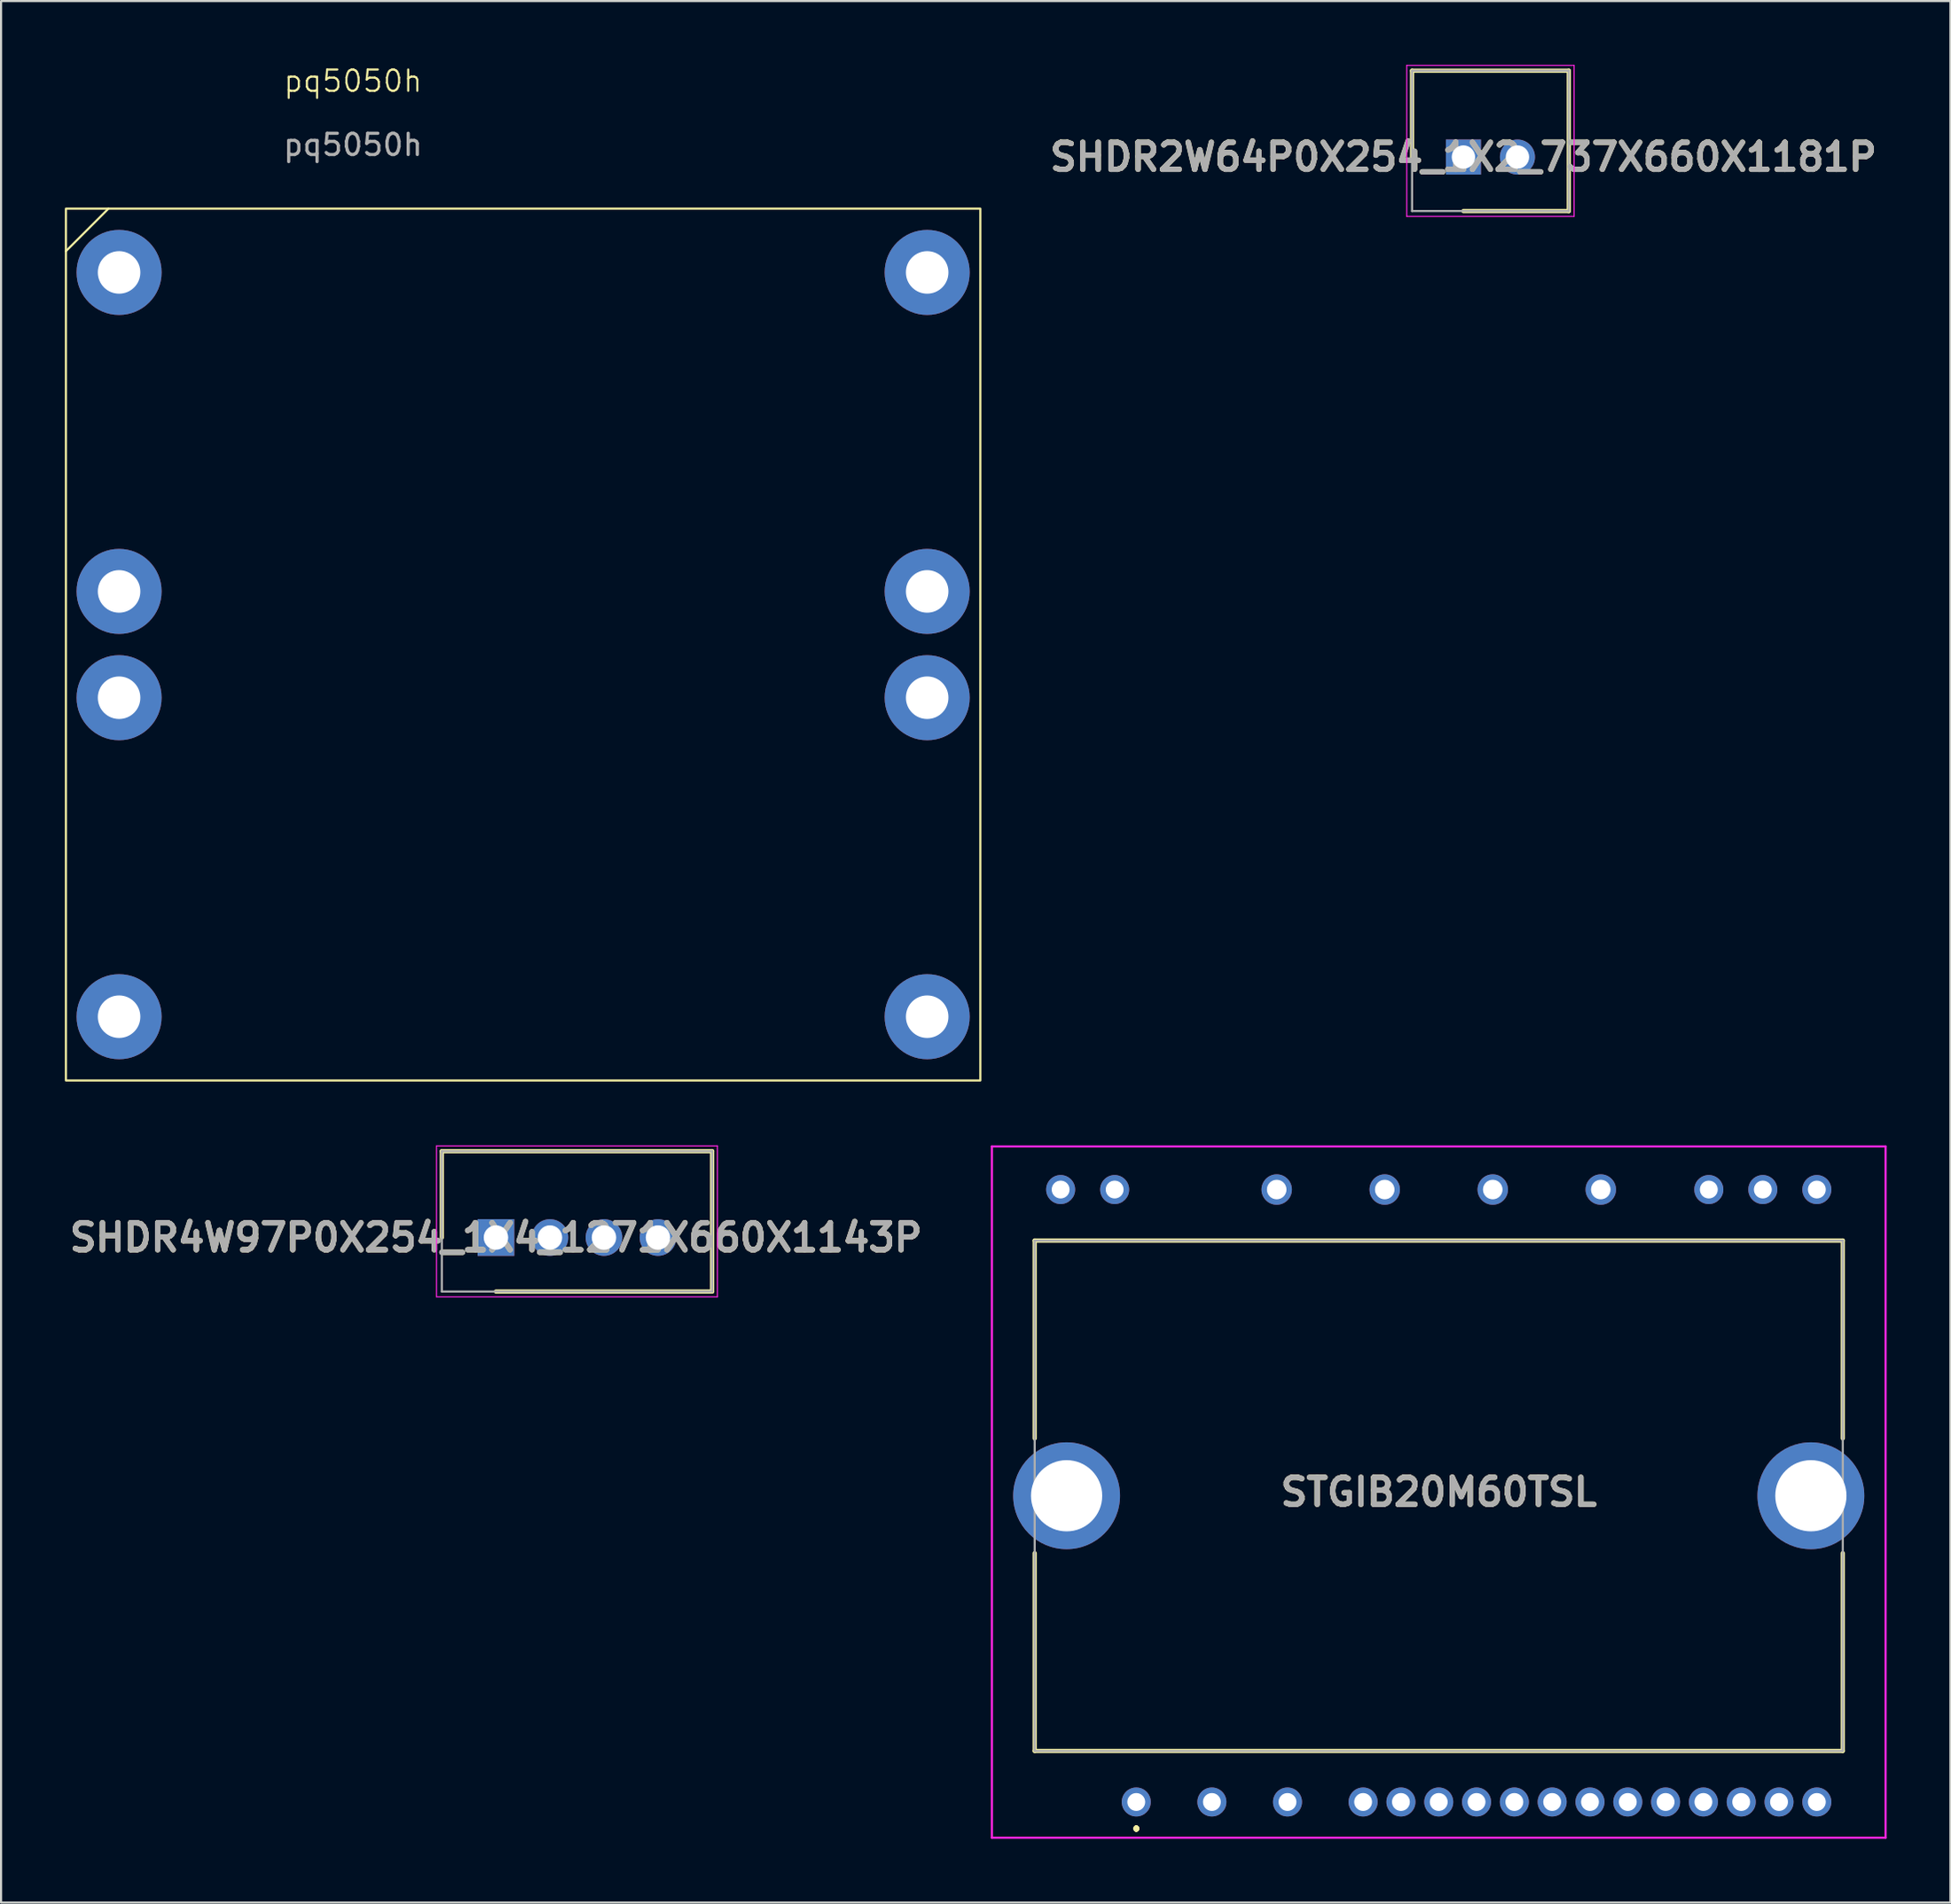
<source format=kicad_pcb>
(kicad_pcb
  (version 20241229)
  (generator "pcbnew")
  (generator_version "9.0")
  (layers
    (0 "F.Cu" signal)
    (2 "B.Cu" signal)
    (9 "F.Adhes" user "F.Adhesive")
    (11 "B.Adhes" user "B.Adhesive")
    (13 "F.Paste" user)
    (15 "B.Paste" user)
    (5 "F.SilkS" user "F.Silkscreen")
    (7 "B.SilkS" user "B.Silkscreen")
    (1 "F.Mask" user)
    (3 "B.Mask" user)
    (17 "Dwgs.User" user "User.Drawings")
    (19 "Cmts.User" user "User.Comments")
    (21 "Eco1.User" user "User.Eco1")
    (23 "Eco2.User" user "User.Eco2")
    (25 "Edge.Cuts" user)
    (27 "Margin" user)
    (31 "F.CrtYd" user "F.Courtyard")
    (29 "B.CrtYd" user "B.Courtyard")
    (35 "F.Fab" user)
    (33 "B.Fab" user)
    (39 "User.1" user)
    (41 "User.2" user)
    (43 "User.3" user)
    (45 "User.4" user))
  (footprint "SHDR4W97P0X254_1X4_1271X660X1143P"
    (layer "F.Cu")
    (at 20.272 55.145)
    (property "Reference" "SHDR4W97P0X254_1X4_1271X660X1143P" (at 0 0 0) (layer "F.SilkS") (effects (font (size 1.27 1.27) (thickness 0.254))))
    (attr through_hole)
    (fp_line (start -2.545 -4.06) (end -2.545 0) (stroke (width 0.2) (type solid)) (layer "F.SilkS"))
    (fp_line (start 0 2.54) (end 10.165 2.54) (stroke (width 0.2) (type solid)) (layer "F.SilkS"))
    (fp_line (start 10.165 -4.06) (end -2.545 -4.06) (stroke (width 0.2) (type solid)) (layer "F.SilkS"))
    (fp_line (start 10.165 2.54) (end 10.165 -4.06) (stroke (width 0.2) (type solid)) (layer "F.SilkS"))
    (fp_line (start -2.795 -4.31) (end 10.415 -4.31) (stroke (width 0.05) (type solid)) (layer "F.CrtYd"))
    (fp_line (start -2.795 2.79) (end -2.795 -4.31) (stroke (width 0.05) (type solid)) (layer "F.CrtYd"))
    (fp_line (start 10.415 -4.31) (end 10.415 2.79) (stroke (width 0.05) (type solid)) (layer "F.CrtYd"))
    (fp_line (start 10.415 2.79) (end -2.795 2.79) (stroke (width 0.05) (type solid)) (layer "F.CrtYd"))
    (fp_line (start -2.545 -4.06) (end 10.165 -4.06) (stroke (width 0.1) (type solid)) (layer "F.Fab"))
    (fp_line (start -2.545 2.54) (end -2.545 -4.06) (stroke (width 0.1) (type solid)) (layer "F.Fab"))
    (fp_line (start 10.165 -4.06) (end 10.165 2.54) (stroke (width 0.1) (type solid)) (layer "F.Fab"))
    (fp_line (start 10.165 2.54) (end -2.545 2.54) (stroke (width 0.1) (type solid)) (layer "F.Fab"))
    (fp_text user "${REFERENCE}" (at 0 0 0) (layer "F.Fab") (effects (font (size 1.27 1.27) (thickness 0.254))))
    (pad "1" thru_hole rect (at 0 0) (size 1.725 1.725) (drill 1.15) (layers "*.Cu" "*.Mask"))
    (pad "2" thru_hole circle (at 2.54 0) (size 1.725 1.725) (drill 1.15) (layers "*.Cu" "*.Mask"))
    (pad "3" thru_hole circle (at 5.08 0) (size 1.725 1.725) (drill 1.15) (layers "*.Cu" "*.Mask"))
    (pad "4" thru_hole circle (at 7.62 0) (size 1.725 1.725) (drill 1.15) (layers "*.Cu" "*.Mask")))
  (footprint "STGIB20M60TSL"
    (layer "F.Cu")
    (at 50.382 81.689)
    (property "Reference" "STGIB20M60TSL" (at 14.224 -14.573 0) (layer "F.SilkS") (effects (font (size 1.27 1.27) (thickness 0.254))))
    (attr through_hole)
    (fp_line (start -4.776 -26.4) (end -4.776 -17.1) (stroke (width 0.2) (type solid)) (layer "F.SilkS"))
    (fp_line (start -4.776 -11.7) (end -4.776 -2.4) (stroke (width 0.2) (type solid)) (layer "F.SilkS"))
    (fp_line (start -4.776 -2.4) (end 33.224 -2.4) (stroke (width 0.2) (type solid)) (layer "F.SilkS"))
    (fp_line (start 0 1.2) (end 0 1.2) (stroke (width 0.2) (type solid)) (layer "F.SilkS"))
    (fp_line (start 0 1.3) (end 0 1.3) (stroke (width 0.2) (type solid)) (layer "F.SilkS"))
    (fp_line (start 0 1.3) (end 0 1.3) (stroke (width 0.2) (type solid)) (layer "F.SilkS"))
    (fp_line (start 33.224 -26.4) (end -4.776 -26.4) (stroke (width 0.2) (type solid)) (layer "F.SilkS"))
    (fp_line (start 33.224 -17.1) (end 33.224 -26.4) (stroke (width 0.2) (type solid)) (layer "F.SilkS"))
    (fp_line (start 33.224 -2.4) (end 33.224 -11.7) (stroke (width 0.2) (type solid)) (layer "F.SilkS"))
    (fp_arc (start 0 1.2) (mid 0.05 1.25) (end 0 1.3) (stroke (width 0.2) (type solid)) (layer "F.SilkS"))
    (fp_arc (start 0 1.2) (mid 0.05 1.25) (end 0 1.3) (stroke (width 0.2) (type solid)) (layer "F.SilkS"))
    (fp_arc (start 0 1.3) (mid -0.05 1.25) (end 0 1.2) (stroke (width 0.2) (type solid)) (layer "F.SilkS"))
    (fp_line (start -6.789 -30.828) (end -6.789 1.682) (stroke (width 0.1) (type solid)) (layer "F.CrtYd"))
    (fp_line (start -6.789 1.682) (end 35.237 1.682) (stroke (width 0.1) (type solid)) (layer "F.CrtYd"))
    (fp_line (start 35.237 -30.828) (end -6.789 -30.828) (stroke (width 0.1) (type solid)) (layer "F.CrtYd"))
    (fp_line (start 35.237 1.682) (end 35.237 -30.828) (stroke (width 0.1) (type solid)) (layer "F.CrtYd"))
    (fp_line (start -4.776 -26.4) (end 33.224 -26.4) (stroke (width 0.1) (type solid)) (layer "F.Fab"))
    (fp_line (start -4.776 -2.4) (end -4.776 -26.4) (stroke (width 0.1) (type solid)) (layer "F.Fab"))
    (fp_line (start 33.224 -26.4) (end 33.224 -2.4) (stroke (width 0.1) (type solid)) (layer "F.Fab"))
    (fp_line (start 33.224 -2.4) (end -4.776 -2.4) (stroke (width 0.1) (type solid)) (layer "F.Fab"))
    (fp_text user "${REFERENCE}" (at 14.224 -14.573 0) (layer "F.Fab") (effects (font (size 1.27 1.27) (thickness 0.254))))
    (pad "2" thru_hole circle (at 0 0) (size 1.365 1.365) (drill 0.84) (layers "*.Cu" "*.Mask"))
    (pad "3" thru_hole circle (at 3.556 0) (size 1.365 1.365) (drill 0.84) (layers "*.Cu" "*.Mask"))
    (pad "4" thru_hole circle (at 7.112 0) (size 1.365 1.365) (drill 0.84) (layers "*.Cu" "*.Mask"))
    (pad "5" thru_hole circle (at 10.668 0) (size 1.365 1.365) (drill 0.84) (layers "*.Cu" "*.Mask"))
    (pad "6" thru_hole circle (at 12.446 0) (size 1.365 1.365) (drill 0.84) (layers "*.Cu" "*.Mask"))
    (pad "7" thru_hole circle (at 14.224 0) (size 1.365 1.365) (drill 0.84) (layers "*.Cu" "*.Mask"))
    (pad "8" thru_hole circle (at 16.002 0) (size 1.365 1.365) (drill 0.84) (layers "*.Cu" "*.Mask"))
    (pad "9" thru_hole circle (at 17.78 0) (size 1.365 1.365) (drill 0.84) (layers "*.Cu" "*.Mask"))
    (pad "10" thru_hole circle (at 19.558 0) (size 1.365 1.365) (drill 0.84) (layers "*.Cu" "*.Mask"))
    (pad "11" thru_hole circle (at 21.336 0) (size 1.365 1.365) (drill 0.84) (layers "*.Cu" "*.Mask"))
    (pad "12" thru_hole circle (at 23.114 0) (size 1.365 1.365) (drill 0.84) (layers "*.Cu" "*.Mask"))
    (pad "13" thru_hole circle (at 24.892 0) (size 1.365 1.365) (drill 0.84) (layers "*.Cu" "*.Mask"))
    (pad "14" thru_hole circle (at 26.67 0) (size 1.365 1.365) (drill 0.84) (layers "*.Cu" "*.Mask"))
    (pad "15" thru_hole circle (at 28.448 0) (size 1.365 1.365) (drill 0.84) (layers "*.Cu" "*.Mask"))
    (pad "16" thru_hole circle (at 30.226 0) (size 1.365 1.365) (drill 0.84) (layers "*.Cu" "*.Mask"))
    (pad "17" thru_hole circle (at 32.004 0) (size 1.365 1.365) (drill 0.84) (layers "*.Cu" "*.Mask"))
    (pad "18" thru_hole circle (at 32.004 -28.8) (size 1.365 1.365) (drill 0.84) (layers "*.Cu" "*.Mask"))
    (pad "19" thru_hole circle (at 29.464 -28.8) (size 1.365 1.365) (drill 0.84) (layers "*.Cu" "*.Mask"))
    (pad "20" thru_hole circle (at 26.924 -28.8) (size 1.365 1.365) (drill 0.84) (layers "*.Cu" "*.Mask"))
    (pad "21" thru_hole circle (at 21.844 -28.8) (size 1.431 1.431) (drill 0.92) (layers "*.Cu" "*.Mask"))
    (pad "22" thru_hole circle (at 16.764 -28.8) (size 1.431 1.431) (drill 0.92) (layers "*.Cu" "*.Mask"))
    (pad "23" thru_hole circle (at 11.684 -28.8) (size 1.431 1.431) (drill 0.92) (layers "*.Cu" "*.Mask"))
    (pad "24" thru_hole circle (at 6.604 -28.8) (size 1.431 1.431) (drill 0.92) (layers "*.Cu" "*.Mask"))
    (pad "25" thru_hole circle (at -1.016 -28.8) (size 1.365 1.365) (drill 0.84) (layers "*.Cu" "*.Mask"))
    (pad "26" thru_hole circle (at -3.556 -28.8) (size 1.365 1.365) (drill 0.84) (layers "*.Cu" "*.Mask"))
    (pad "MH1" thru_hole circle (at -3.276 -14.4) (size 5.025 5.025) (drill 3.35) (layers "*.Cu" "*.Mask"))
    (pad "MH2" thru_hole circle (at 31.724 -14.4) (size 5.025 5.025) (drill 3.35) (layers "*.Cu" "*.Mask")))
  (footprint "pq5050h"
    (layer "F.Cu")
    (at 2.55 9.761)
    (property "Reference" "pq5050h" (at 11 -9 0) (unlocked yes) (layer "F.SilkS") (effects (font (size 1 1) (thickness 0.1))))
    (attr through_hole)
    (fp_line (start -2.5 -1) (end -0.5 -3) (stroke (width 0.1) (type default)) (layer "F.SilkS"))
    (fp_rect (start -2.5 -3) (end 40.5 38) (stroke (width 0.1) (type default)) (fill no) (layer "F.SilkS"))
    (fp_text user "${REFERENCE}" (at 11 -6 0) (unlocked yes) (layer "F.Fab") (effects (font (size 1 1) (thickness 0.15))))
    (pad "1" thru_hole circle (at 0 0) (size 4 4) (drill 2) (layers "*.Cu" "*.Mask"))
    (pad "4" thru_hole circle (at 0 15) (size 4 4) (drill 2) (layers "*.Cu" "*.Mask"))
    (pad "5" thru_hole circle (at 0 20) (size 4 4) (drill 2) (layers "*.Cu" "*.Mask"))
    (pad "8" thru_hole circle (at 0 35) (size 4 4) (drill 2) (layers "*.Cu" "*.Mask"))
    (pad "9" thru_hole circle (at 38 35) (size 4 4) (drill 2) (layers "*.Cu" "*.Mask"))
    (pad "12" thru_hole circle (at 38 20) (size 4 4) (drill 2) (layers "*.Cu" "*.Mask"))
    (pad "13" thru_hole circle (at 38 15) (size 4 4) (drill 2) (layers "*.Cu" "*.Mask"))
    (pad "16" thru_hole circle (at 38 0) (size 4 4) (drill 2) (layers "*.Cu" "*.Mask")))
  (footprint "SHDR2W64P0X254_1X2_737X660X1181P"
    (layer "F.Cu")
    (at 65.767 4.335)
    (property "Reference" "SHDR2W64P0X254_1X2_737X660X1181P" (at 0 0 0) (layer "F.SilkS") (effects (font (size 1.27 1.27) (thickness 0.254))))
    (attr through_hole)
    (fp_line (start -2.415 -4.06) (end -2.415 0) (stroke (width 0.2) (type solid)) (layer "F.SilkS"))
    (fp_line (start 0 2.54) (end 4.955 2.54) (stroke (width 0.2) (type solid)) (layer "F.SilkS"))
    (fp_line (start 4.955 -4.06) (end -2.415 -4.06) (stroke (width 0.2) (type solid)) (layer "F.SilkS"))
    (fp_line (start 4.955 2.54) (end 4.955 -4.06) (stroke (width 0.2) (type solid)) (layer "F.SilkS"))
    (fp_line (start -2.665 -4.31) (end 5.205 -4.31) (stroke (width 0.05) (type solid)) (layer "F.CrtYd"))
    (fp_line (start -2.665 2.79) (end -2.665 -4.31) (stroke (width 0.05) (type solid)) (layer "F.CrtYd"))
    (fp_line (start 5.205 -4.31) (end 5.205 2.79) (stroke (width 0.05) (type solid)) (layer "F.CrtYd"))
    (fp_line (start 5.205 2.79) (end -2.665 2.79) (stroke (width 0.05) (type solid)) (layer "F.CrtYd"))
    (fp_line (start -2.415 -4.06) (end 4.955 -4.06) (stroke (width 0.1) (type solid)) (layer "F.Fab"))
    (fp_line (start -2.415 2.54) (end -2.415 -4.06) (stroke (width 0.1) (type solid)) (layer "F.Fab"))
    (fp_line (start 4.955 -4.06) (end 4.955 2.54) (stroke (width 0.1) (type solid)) (layer "F.Fab"))
    (fp_line (start 4.955 2.54) (end -2.415 2.54) (stroke (width 0.1) (type solid)) (layer "F.Fab"))
    (fp_text user "${REFERENCE}" (at 0 0 0) (layer "F.Fab") (effects (font (size 1.27 1.27) (thickness 0.254))))
    (pad "1" thru_hole rect (at 0 0) (size 1.65 1.65) (drill 1.1) (layers "*.Cu" "*.Mask"))
    (pad "2" thru_hole circle (at 2.54 0) (size 1.65 1.65) (drill 1.1) (layers "*.Cu" "*.Mask")))
  (gr_rect
    (start -3 -3)
    (end 88.669 86.421)
    (stroke (width 0.1) (type default))
    (fill no)
    (layer "Edge.Cuts")))
</source>
